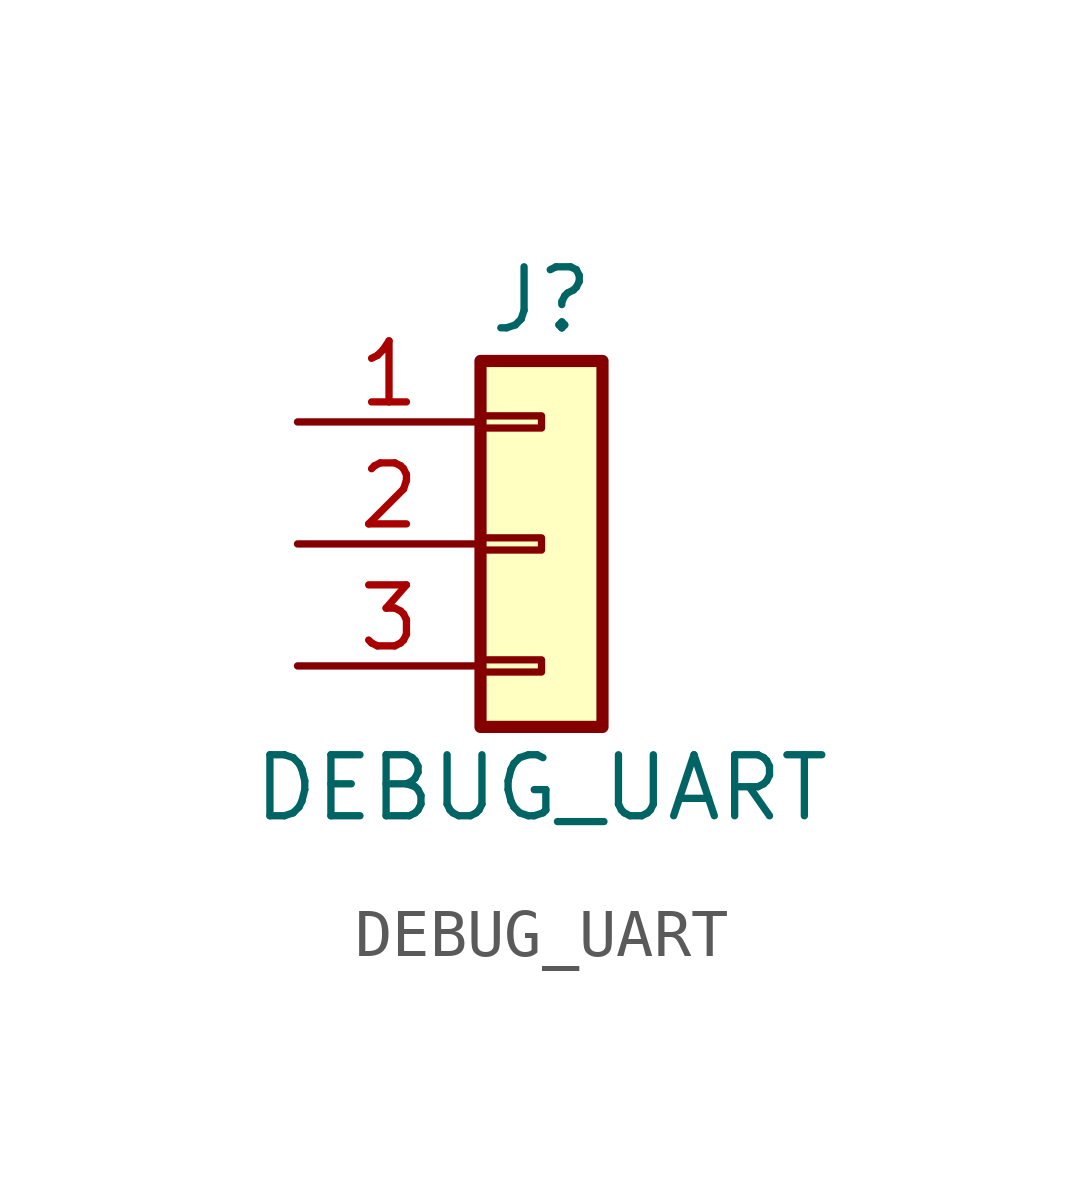
<source format=kicad_sym>
(kicad_symbol_lib
  (version 20231120)
  (generator "kicad_symbol_editor")
  (generator_version "8.0")
  (symbol "DEBUG_UART"
    (pin_names
      (offset 1.016) hide)
    (property "Reference" "J"
      (at 0 5.08 0)
      (effects (font (size 1.27 1.27))))
    (property "Value" "DEBUG_UART"
      (at 0 -5.08 0)
      (effects (font (size 1.27 1.27))))
    (symbol "DEBUG_UART_1_1"
      (rectangle (start -1.27 -2.413) (end 0 -2.667) (stroke (width 0.152) (type default)) (fill (type none)))
      (rectangle (start -1.27 0.127) (end 0 -0.127) (stroke (width 0.152) (type default)) (fill (type none)))
      (rectangle (start -1.27 2.667) (end 0 2.413) (stroke (width 0.152) (type default)) (fill (type none)))
      (rectangle (start -1.27 3.81) (end 1.27 -3.81) (stroke (width 0.254) (type default)) (fill (type background)))
      (pin passive line (at -5.08 2.54 0) (length 3.81) (name "GND" (effects (font (size 1.27 1.27)))) (number "1" (effects (font (size 1.27 1.27)))))
      (pin passive line (at -5.08 0 0) (length 3.81) (name "RX" (effects (font (size 1.27 1.27)))) (number "2" (effects (font (size 1.27 1.27)))))
      (pin passive line (at -5.08 -2.54 0) (length 3.81) (name "TX" (effects (font (size 1.27 1.27)))) (number "3" (effects (font (size 1.27 1.27))))))))
</source>
